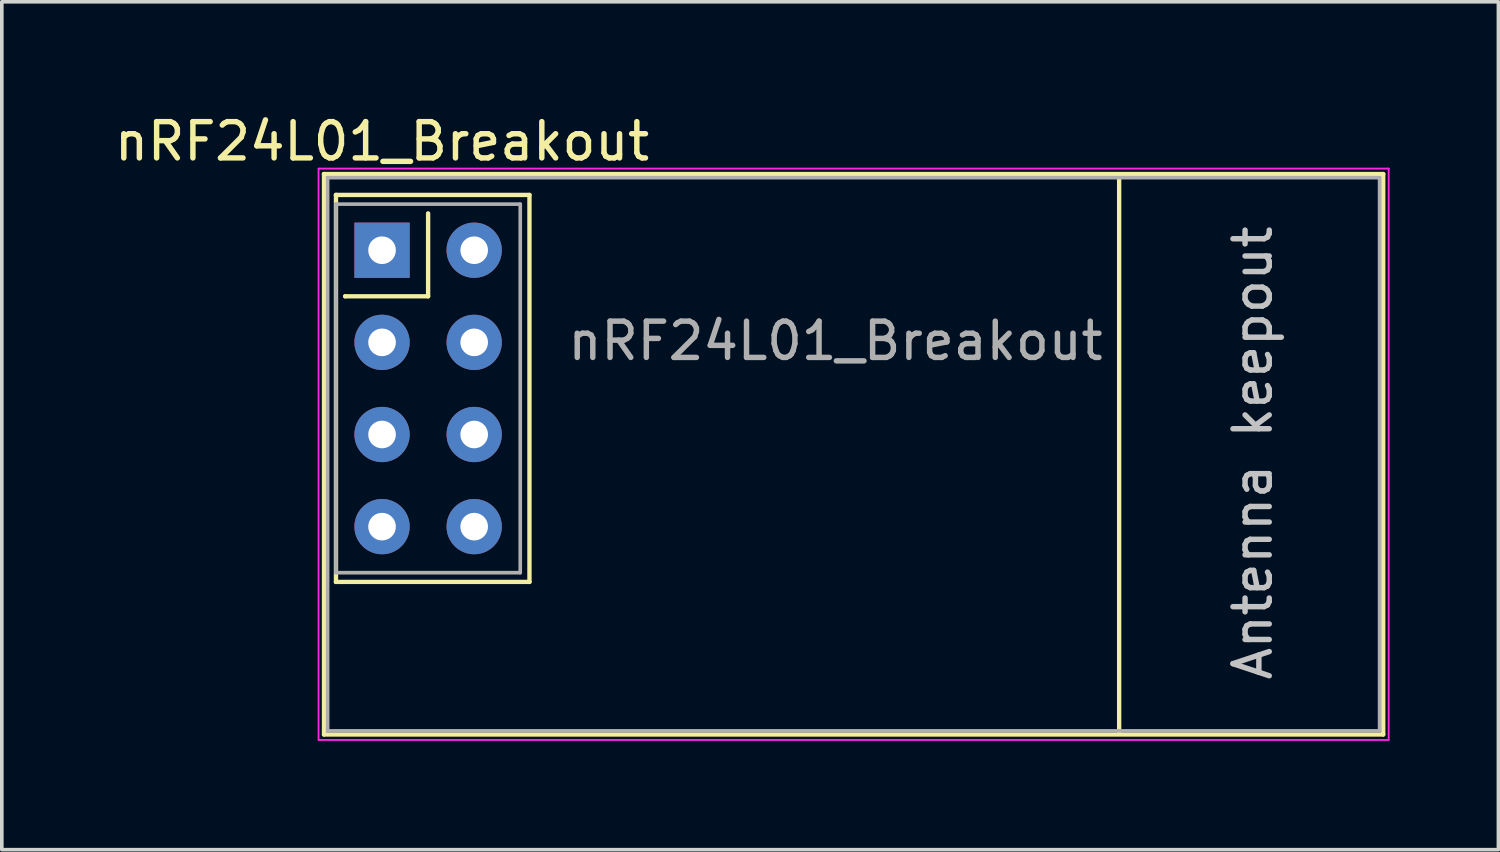
<source format=kicad_pcb>
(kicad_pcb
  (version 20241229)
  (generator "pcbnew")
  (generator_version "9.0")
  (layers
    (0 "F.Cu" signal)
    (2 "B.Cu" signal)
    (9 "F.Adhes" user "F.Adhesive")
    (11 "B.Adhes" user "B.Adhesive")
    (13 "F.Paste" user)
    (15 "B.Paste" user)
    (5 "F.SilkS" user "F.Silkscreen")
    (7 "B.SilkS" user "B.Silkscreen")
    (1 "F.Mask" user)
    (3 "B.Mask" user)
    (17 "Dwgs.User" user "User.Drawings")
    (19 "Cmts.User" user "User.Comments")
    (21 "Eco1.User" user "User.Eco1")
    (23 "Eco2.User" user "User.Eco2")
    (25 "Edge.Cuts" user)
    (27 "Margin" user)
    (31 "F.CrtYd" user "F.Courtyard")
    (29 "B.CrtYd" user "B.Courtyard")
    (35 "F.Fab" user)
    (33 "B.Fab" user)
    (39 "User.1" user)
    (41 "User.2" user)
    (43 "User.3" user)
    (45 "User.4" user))
  (footprint "nRF24L01_Breakout"
    (layer "F.Cu")
    (at 7.482 3.848)
    (property "Reference" "nRF24L01_Breakout" (at 0 -3 0) (layer "F.SilkS") (effects (font (size 1 1) (thickness 0.15))))
    (attr through_hole)
    (fp_line (start -1.6 -2.1) (end -1.6 -2.1) (stroke (width 0.12) (type solid)) (layer "F.SilkS"))
    (fp_line (start -1.6 -2.1) (end 27.6 -2.1) (stroke (width 0.12) (type solid)) (layer "F.SilkS"))
    (fp_line (start -1.6 13.35) (end -1.6 -2.1) (stroke (width 0.12) (type solid)) (layer "F.SilkS"))
    (fp_line (start -1.27 -1.524) (end -1.27 -1.524) (stroke (width 0.12) (type solid)) (layer "F.SilkS"))
    (fp_line (start -1.27 -1.524) (end 4.064 -1.524) (stroke (width 0.12) (type solid)) (layer "F.SilkS"))
    (fp_line (start -1.27 9.144) (end -1.27 -1.524) (stroke (width 0.12) (type solid)) (layer "F.SilkS"))
    (fp_line (start -1.27 9.144) (end -1.27 9.144) (stroke (width 0.12) (type solid)) (layer "F.SilkS"))
    (fp_line (start -1.016 1.27) (end -1.016 1.27) (stroke (width 0.12) (type solid)) (layer "F.SilkS"))
    (fp_line (start 1.27 -1.016) (end 1.27 1.27) (stroke (width 0.12) (type solid)) (layer "F.SilkS"))
    (fp_line (start 1.27 1.27) (end -1.016 1.27) (stroke (width 0.12) (type solid)) (layer "F.SilkS"))
    (fp_line (start 4.064 -1.524) (end 4.064 9.144) (stroke (width 0.12) (type solid)) (layer "F.SilkS"))
    (fp_line (start 4.064 9.144) (end -1.27 9.144) (stroke (width 0.12) (type solid)) (layer "F.SilkS"))
    (fp_line (start 20.32 -2.032) (end 20.32 13.335) (stroke (width 0.12) (type solid)) (layer "F.SilkS"))
    (fp_line (start 27.6 -2.1) (end 27.6 13.35) (stroke (width 0.12) (type solid)) (layer "F.SilkS"))
    (fp_line (start 27.6 13.35) (end -1.6 13.35) (stroke (width 0.12) (type solid)) (layer "F.SilkS"))
    (fp_line (start -1.75 -2.25) (end -1.75 13.5) (stroke (width 0.05) (type solid)) (layer "F.CrtYd"))
    (fp_line (start -1.75 13.5) (end 27.75 13.5) (stroke (width 0.05) (type solid)) (layer "F.CrtYd"))
    (fp_line (start 27.75 -2.25) (end -1.75 -2.25) (stroke (width 0.05) (type solid)) (layer "F.CrtYd"))
    (fp_line (start 27.75 -2.25) (end 27.75 -2.25) (stroke (width 0.05) (type solid)) (layer "F.CrtYd"))
    (fp_line (start 27.75 13.5) (end 27.75 -2.25) (stroke (width 0.05) (type solid)) (layer "F.CrtYd"))
    (fp_line (start -1.5 -2) (end -1.5 -2) (stroke (width 0.1) (type solid)) (layer "F.Fab"))
    (fp_line (start -1.5 -2) (end 27.5 -2) (stroke (width 0.1) (type solid)) (layer "F.Fab"))
    (fp_line (start -1.5 13.25) (end -1.5 -2) (stroke (width 0.1) (type solid)) (layer "F.Fab"))
    (fp_line (start -1.27 -1.27) (end -1.27 -1.27) (stroke (width 0.1) (type solid)) (layer "F.Fab"))
    (fp_line (start -1.27 -1.27) (end 3.81 -1.27) (stroke (width 0.1) (type solid)) (layer "F.Fab"))
    (fp_line (start -1.27 8.89) (end -1.27 -1.27) (stroke (width 0.1) (type solid)) (layer "F.Fab"))
    (fp_line (start 3.81 -1.27) (end 3.81 8.89) (stroke (width 0.1) (type solid)) (layer "F.Fab"))
    (fp_line (start 3.81 8.89) (end -1.27 8.89) (stroke (width 0.1) (type solid)) (layer "F.Fab"))
    (fp_line (start 27.5 -2) (end 27.5 13.25) (stroke (width 0.1) (type solid)) (layer "F.Fab"))
    (fp_line (start 27.5 13.25) (end -1.5 13.25) (stroke (width 0.1) (type solid)) (layer "F.Fab"))
    (fp_text user "Antenna keepout" (at 24.003 5.588 90) (layer "Dwgs.User") (effects (font (size 1 1) (thickness 0.15))))
    (fp_text user "${REFERENCE}" (at 12.5 2.5 0) (layer "F.Fab") (effects (font (size 1 1) (thickness 0.15))))
    (pad "1" thru_hole rect (at 0 0) (size 1.524 1.524) (drill 0.762) (layers "*.Cu" "*.Mask"))
    (pad "2" thru_hole circle (at 2.54 0) (size 1.524 1.524) (drill 0.762) (layers "*.Cu" "*.Mask"))
    (pad "3" thru_hole circle (at 0 2.54) (size 1.524 1.524) (drill 0.762) (layers "*.Cu" "*.Mask"))
    (pad "4" thru_hole circle (at 2.54 2.54) (size 1.524 1.524) (drill 0.762) (layers "*.Cu" "*.Mask"))
    (pad "5" thru_hole circle (at 0 5.08) (size 1.524 1.524) (drill 0.762) (layers "*.Cu" "*.Mask"))
    (pad "6" thru_hole circle (at 2.54 5.08) (size 1.524 1.524) (drill 0.762) (layers "*.Cu" "*.Mask"))
    (pad "7" thru_hole circle (at 0 7.62) (size 1.524 1.524) (drill 0.762) (layers "*.Cu" "*.Mask"))
    (pad "8" thru_hole circle (at 2.54 7.62) (size 1.524 1.524) (drill 0.762) (layers "*.Cu" "*.Mask")))
  (gr_rect
    (start -3 -3)
    (end 38.257 20.373)
    (stroke (width 0.1) (type default))
    (fill no)
    (layer "Edge.Cuts")))
</source>
